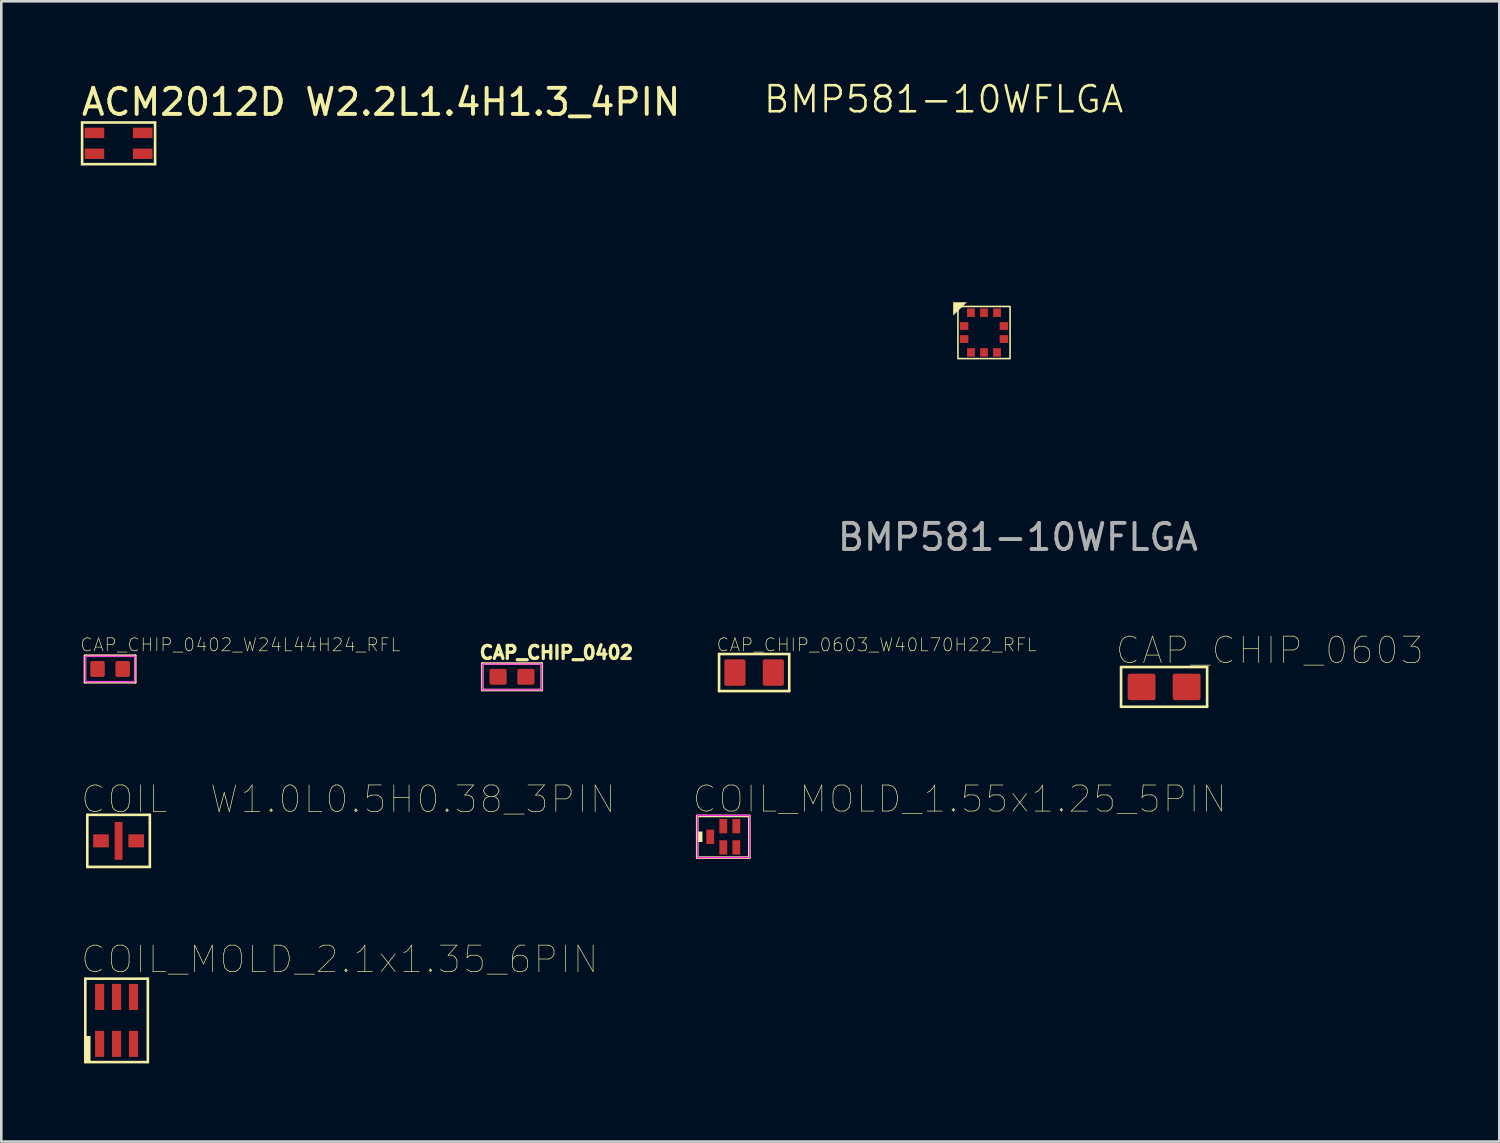
<source format=kicad_pcb>
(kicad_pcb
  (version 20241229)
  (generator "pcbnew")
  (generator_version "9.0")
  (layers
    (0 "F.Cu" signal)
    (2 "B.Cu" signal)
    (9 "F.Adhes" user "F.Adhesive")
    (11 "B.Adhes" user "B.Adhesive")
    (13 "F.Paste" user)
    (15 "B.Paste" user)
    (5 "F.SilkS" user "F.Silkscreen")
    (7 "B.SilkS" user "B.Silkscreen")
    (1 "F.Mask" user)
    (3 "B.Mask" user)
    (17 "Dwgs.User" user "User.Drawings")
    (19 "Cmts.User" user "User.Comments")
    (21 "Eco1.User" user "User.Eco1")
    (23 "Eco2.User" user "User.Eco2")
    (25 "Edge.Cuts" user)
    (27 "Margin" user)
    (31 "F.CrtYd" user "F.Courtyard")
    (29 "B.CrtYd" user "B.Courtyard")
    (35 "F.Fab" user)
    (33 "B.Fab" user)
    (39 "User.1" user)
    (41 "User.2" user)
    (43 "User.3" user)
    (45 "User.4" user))
  (footprint "CAP_CHIP_0402_W24L44H24_RFL"
    (layer "F.Cu")
    (at 1.175 22.619)
    (property "Reference" "CAP_CHIP_0402_W24L44H24_RFL" (at -1.175 -0.634 0) (unlocked yes) (layer "F.SilkS") (effects (font (size 0.5 0.5) (thickness 0.025)) (justify left bottom)))
    (fp_line (start -0.965 -0.508) (end -0.965 0.508) (stroke (width 0.1) (type solid)) (layer "F.SilkS"))
    (fp_line (start 0.965 -0.508) (end -0.965 -0.508) (stroke (width 0.1) (type solid)) (layer "F.SilkS"))
    (fp_line (start 0.965 -0.508) (end 0.965 0.508) (stroke (width 0.1) (type solid)) (layer "F.SilkS"))
    (fp_line (start 0.965 0.508) (end -0.965 0.508) (stroke (width 0.1) (type solid)) (layer "F.SilkS"))
    (fp_rect (start -0.95 -0.49) (end 0.95 0.49) (stroke (width 0.05) (type default)) (fill no) (layer "F.CrtYd"))
    (pad "1" smd roundrect (at -0.483 0 90) (size 0.61 0.559) (layers "F.Cu" "F.Mask" "F.Paste") (roundrect_rratio 0.135))
    (pad "2" smd roundrect (at 0.483 0 270) (size 0.61 0.559) (layers "F.Cu" "F.Mask" "F.Paste") (roundrect_rratio 0.135)))
  (footprint "COIL_MOLD_1.55x1.25_5PIN"
    (layer "F.Cu")
    (at 24.703 29.058)
    (property "Reference" "COIL_MOLD_1.55x1.25_5PIN" (at -1.236 -0.863 0) (unlocked yes) (layer "F.SilkS") (effects (font (size 1 1) (thickness 0.025)) (justify left bottom)))
    (fp_line (start -1 0.8) (end -1 -0.8) (stroke (width 0.1) (type solid)) (layer "F.SilkS"))
    (fp_line (start 1 -0.8) (end -1 -0.8) (stroke (width 0.1) (type solid)) (layer "F.SilkS"))
    (fp_line (start 1 0.8) (end -1 0.8) (stroke (width 0.1) (type solid)) (layer "F.SilkS"))
    (fp_line (start 1 0.8) (end 1 -0.8) (stroke (width 0.1) (type solid)) (layer "F.SilkS"))
    (fp_poly (pts (xy -0.8 0.2) (xy -0.8 -0.2) (xy -1 -0.2) (xy -1 0.2)) (stroke (width 0) (type default)) (fill yes) (layer "F.SilkS"))
    (fp_rect (start -0.99 -0.82) (end 1.01 0.8) (stroke (width 0.05) (type default)) (fill no) (layer "F.CrtYd"))
    (pad "1" smd rect (at -0.5 0 90) (size 0.55 0.3) (layers "F.Cu" "F.Mask" "F.Paste"))
    (pad "2" smd rect (at 0 0.408 90) (size 0.55 0.3) (layers "F.Cu" "F.Mask" "F.Paste"))
    (pad "3" smd rect (at 0.5 0.408 90) (size 0.55 0.3) (layers "F.Cu" "F.Mask" "F.Paste"))
    (pad "4" smd rect (at 0.5 -0.408 90) (size 0.55 0.3) (layers "F.Cu" "F.Mask" "F.Paste"))
    (pad "5" smd rect (at 0 -0.408 90) (size 0.55 0.3) (layers "F.Cu" "F.Mask" "F.Paste")))
  (footprint "COIL  W1.0L0.5H0.38_3PIN"
    (layer "F.Cu")
    (at 1.5 29.215)
    (property "Reference" "COIL  W1.0L0.5H0.38_3PIN" (at -1.5 -1 0) (unlocked yes) (layer "F.SilkS") (effects (font (size 1.02 1.02) (thickness 0.025)) (justify left bottom)))
    (fp_line (start -1.2 -1) (end 1.2 -1) (stroke (width 0.1) (type solid)) (layer "F.SilkS"))
    (fp_line (start -1.2 1) (end -1.2 -1) (stroke (width 0.1) (type solid)) (layer "F.SilkS"))
    (fp_line (start -1.2 1) (end 1.2 1) (stroke (width 0.1) (type solid)) (layer "F.SilkS"))
    (fp_line (start 1.2 1) (end 1.2 -1) (stroke (width 0.1) (type solid)) (layer "F.SilkS"))
    (pad "1_3" smd rect (at 0 0 90) (size 1.45 0.3) (layers "F.Cu" "F.Mask" "F.Paste"))
    (pad "2" smd rect (at -0.675 0) (size 0.6 0.5) (layers "F.Cu" "F.Mask" "F.Paste"))
    (pad "4" smd rect (at 0.675 0) (size 0.6 0.5) (layers "F.Cu" "F.Mask" "F.Paste")))
  (footprint "CAP_CHIP_0402"
    (layer "F.Cu")
    (at 16.596 22.919)
    (property "Reference" "CAP_CHIP_0402" (at -1.31 -0.636 0) (unlocked yes) (layer "F.SilkS") (effects (font (size 0.5 0.5) (thickness 0.15)) (justify left bottom)))
    (fp_line (start -1.143 -0.508) (end 1.143 -0.508) (stroke (width 0.1) (type solid)) (layer "F.SilkS"))
    (fp_line (start -1.143 0.508) (end -1.143 -0.508) (stroke (width 0.1) (type solid)) (layer "F.SilkS"))
    (fp_line (start -1.143 0.508) (end 1.143 0.508) (stroke (width 0.1) (type solid)) (layer "F.SilkS"))
    (fp_line (start 1.143 0.508) (end 1.143 -0.508) (stroke (width 0.1) (type solid)) (layer "F.SilkS"))
    (fp_rect (start -1.14 -0.49) (end 1.14 0.5) (stroke (width 0.05) (type default)) (fill no) (layer "F.CrtYd"))
    (pad "1" smd roundrect (at -0.533 0) (size 0.66 0.61) (layers "F.Cu" "F.Mask" "F.Paste") (roundrect_rratio 0.125))
    (pad "2" smd roundrect (at 0.533 0 180) (size 0.66 0.61) (layers "F.Cu" "F.Mask" "F.Paste") (roundrect_rratio 0.125)))
  (footprint "COIL_MOLD_2.1x1.35_6PIN"
    (layer "F.Cu")
    (at 1.423 36.104)
    (property "Reference" "COIL_MOLD_2.1x1.35_6PIN" (at -1.423 -1.747 0) (unlocked yes) (layer "F.SilkS") (effects (font (size 1.016 1.016) (thickness 0.025)) (justify left bottom)))
    (fp_line (start -1.2 -1.6) (end -1.2 1.6) (stroke (width 0.1) (type solid)) (layer "F.SilkS"))
    (fp_line (start -1.2 -1.6) (end 1.2 -1.6) (stroke (width 0.1) (type solid)) (layer "F.SilkS"))
    (fp_line (start -1.2 1.6) (end 1.2 1.6) (stroke (width 0.1) (type solid)) (layer "F.SilkS"))
    (fp_line (start 1.2 -1.6) (end 1.2 1.6) (stroke (width 0.1) (type solid)) (layer "F.SilkS"))
    (fp_poly (pts (xy -1.2 0.6) (xy -1.2 1.6) (xy -1 1.6) (xy -1 0.6)) (stroke (width 0) (type default)) (fill yes) (layer "F.SilkS"))
    (pad "1" smd rect (at -0.65 0.9 90) (size 1 0.35) (layers "F.Cu" "F.Mask" "F.Paste"))
    (pad "2" smd rect (at 0 0.9 90) (size 1 0.35) (layers "F.Cu" "F.Mask" "F.Paste"))
    (pad "3" smd rect (at 0.65 0.9 90) (size 1 0.35) (layers "F.Cu" "F.Mask" "F.Paste"))
    (pad "4" smd rect (at 0.65 -0.9 90) (size 1 0.35) (layers "F.Cu" "F.Mask" "F.Paste"))
    (pad "5" smd rect (at 0 -0.9 90) (size 1 0.35) (layers "F.Cu" "F.Mask" "F.Paste"))
    (pad "6" smd rect (at -0.65 -0.9 90) (size 1 0.35) (layers "F.Cu" "F.Mask" "F.Paste")))
  (footprint "CAP_CHIP_0603"
    (layer "F.Cu")
    (at 41.617 23.307)
    (property "Reference" "CAP_CHIP_0603" (at -1.913 -0.806 0) (unlocked yes) (layer "F.SilkS") (effects (font (size 1.016 1.016) (thickness 0.025)) (justify left bottom)))
    (fp_line (start -1.651 -0.762) (end -1.651 0.762) (stroke (width 0.1) (type solid)) (layer "F.SilkS"))
    (fp_line (start 1.651 -0.762) (end -1.651 -0.762) (stroke (width 0.1) (type solid)) (layer "F.SilkS"))
    (fp_line (start 1.651 -0.762) (end 1.651 0.762) (stroke (width 0.1) (type solid)) (layer "F.SilkS"))
    (fp_line (start 1.651 0.762) (end -1.651 0.762) (stroke (width 0.1) (type solid)) (layer "F.SilkS"))
    (pad "1" smd roundrect (at -0.864 0 180) (size 1.067 1.016) (layers "F.Cu" "F.Mask" "F.Paste") (roundrect_rratio 0.075))
    (pad "2" smd roundrect (at 0.864 0) (size 1.067 1.016) (layers "F.Cu" "F.Mask" "F.Paste") (roundrect_rratio 0.075)))
  (footprint "CAP_CHIP_0603_W40L70H22_RFL"
    (layer "F.Cu")
    (at 25.887 22.756)
    (property "Reference" "CAP_CHIP_0603_W40L70H22_RFL" (at -1.469 -0.771 0) (unlocked yes) (layer "F.SilkS") (effects (font (size 0.5 0.5) (thickness 0.025)) (justify left bottom)))
    (fp_line (start -1.346 -0.711) (end -1.346 0.711) (stroke (width 0.1) (type solid)) (layer "F.SilkS"))
    (fp_line (start 1.346 -0.711) (end -1.346 -0.711) (stroke (width 0.1) (type solid)) (layer "F.SilkS"))
    (fp_line (start 1.346 -0.711) (end 1.346 0.711) (stroke (width 0.1) (type solid)) (layer "F.SilkS"))
    (fp_line (start 1.346 0.711) (end -1.346 0.711) (stroke (width 0.1) (type solid)) (layer "F.SilkS"))
    (pad "1" smd roundrect (at -0.737 0 90) (size 1.016 0.813) (layers "F.Cu" "F.Mask" "F.Paste") (roundrect_rratio 0.095))
    (pad "2" smd roundrect (at 0.737 0 270) (size 1.016 0.813) (layers "F.Cu" "F.Mask" "F.Paste") (roundrect_rratio 0.095)))
  (footprint "BMP581-10WFLGA"
    (layer "F.Cu")
    (at 34.707 9.71)
    (property "Reference" "BMP581-10WFLGA" (at -1.55 -8.95 0) (unlocked yes) (layer "F.SilkS") (effects (font (size 1 1) (thickness 0.1))))
    (attr smd)
    (fp_rect (start -1 -1) (end 1 1) (stroke (width 0.06) (type default)) (fill no) (layer "F.SilkS"))
    (fp_poly (pts (xy -0.69 -1.15) (xy -1.17 -1.15) (xy -1.17 -0.68)) (stroke (width 0.025) (type solid)) (fill yes) (layer "F.SilkS"))
    (fp_text user "${REFERENCE}" (at 1.3 7.85 0) (unlocked yes) (layer "F.Fab") (effects (font (size 1 1) (thickness 0.15))))
    (pad "1" smd rect (at -0.762 -0.25 90) (size 0.3 0.325) (layers "F.Cu" "F.Mask" "F.Paste"))
    (pad "2" smd rect (at -0.762 0.25 90) (size 0.3 0.325) (layers "F.Cu" "F.Mask" "F.Paste"))
    (pad "3" smd rect (at -0.5 0.762 180) (size 0.3 0.325) (layers "F.Cu" "F.Mask" "F.Paste"))
    (pad "4" smd rect (at 0 0.762 180) (size 0.3 0.325) (layers "F.Cu" "F.Mask" "F.Paste"))
    (pad "5" smd rect (at 0.5 0.762 180) (size 0.3 0.325) (layers "F.Cu" "F.Mask" "F.Paste"))
    (pad "6" smd rect (at 0.762 0.25 270) (size 0.3 0.325) (layers "F.Cu" "F.Mask" "F.Paste"))
    (pad "7" smd rect (at 0.762 -0.25 270) (size 0.3 0.325) (layers "F.Cu" "F.Mask" "F.Paste"))
    (pad "8" smd rect (at 0.5 -0.762) (size 0.3 0.325) (layers "F.Cu" "F.Mask" "F.Paste"))
    (pad "9" smd rect (at 0 -0.762) (size 0.3 0.325) (layers "F.Cu" "F.Mask" "F.Paste"))
    (pad "10" smd rect (at -0.5 -0.762) (size 0.3 0.325) (layers "F.Cu" "F.Mask" "F.Paste"))
    (zone (net_name "") (layer "F.Cu") (hatch edge 0.5) (connect_pads) (min_thickness 0.25) (filled_areas_thickness no) (keepout (tracks not_allowed) (vias not_allowed) (pads not_allowed) (copperpour not_allowed) (footprints allowed)) (placement (enabled no)) (fill) (polygon (pts (xy 34.117 9.12) (xy 34.117 10.3) (xy 35.297 10.3) (xy 35.297 9.12)))))
  (footprint "ACM2012D W2.2L1.4H1.3_4PIN"
    (layer "F.Cu")
    (at 1.5 2.45)
    (property "Reference" "ACM2012D W2.2L1.4H1.3_4PIN" (at -1.5 -1 0) (unlocked yes) (layer "F.SilkS") (effects (font (size 1 1) (thickness 0.15)) (justify left bottom)))
    (fp_line (start -1.4 0.8) (end -1.4 -0.8) (stroke (width 0.1) (type solid)) (layer "F.SilkS"))
    (fp_line (start 1.4 -0.8) (end -1.4 -0.8) (stroke (width 0.1) (type solid)) (layer "F.SilkS"))
    (fp_line (start 1.4 0.8) (end -1.4 0.8) (stroke (width 0.1) (type solid)) (layer "F.SilkS"))
    (fp_line (start 1.4 0.8) (end 1.4 -0.8) (stroke (width 0.1) (type solid)) (layer "F.SilkS"))
    (pad "1" smd rect (at -0.925 -0.4 180) (size 0.75 0.4) (layers "F.Cu" "F.Mask" "F.Paste"))
    (pad "2" smd rect (at -0.925 0.4 180) (size 0.75 0.4) (layers "F.Cu" "F.Mask" "F.Paste"))
    (pad "3" smd rect (at 0.925 0.4 180) (size 0.75 0.4) (layers "F.Cu" "F.Mask" "F.Paste"))
    (pad "4" smd rect (at 0.925 -0.4 180) (size 0.75 0.4) (layers "F.Cu" "F.Mask" "F.Paste")))
  (gr_rect
    (start -3 -3)
    (end 54.478 40.754)
    (stroke (width 0.1) (type default))
    (fill no)
    (layer "Edge.Cuts")))
</source>
